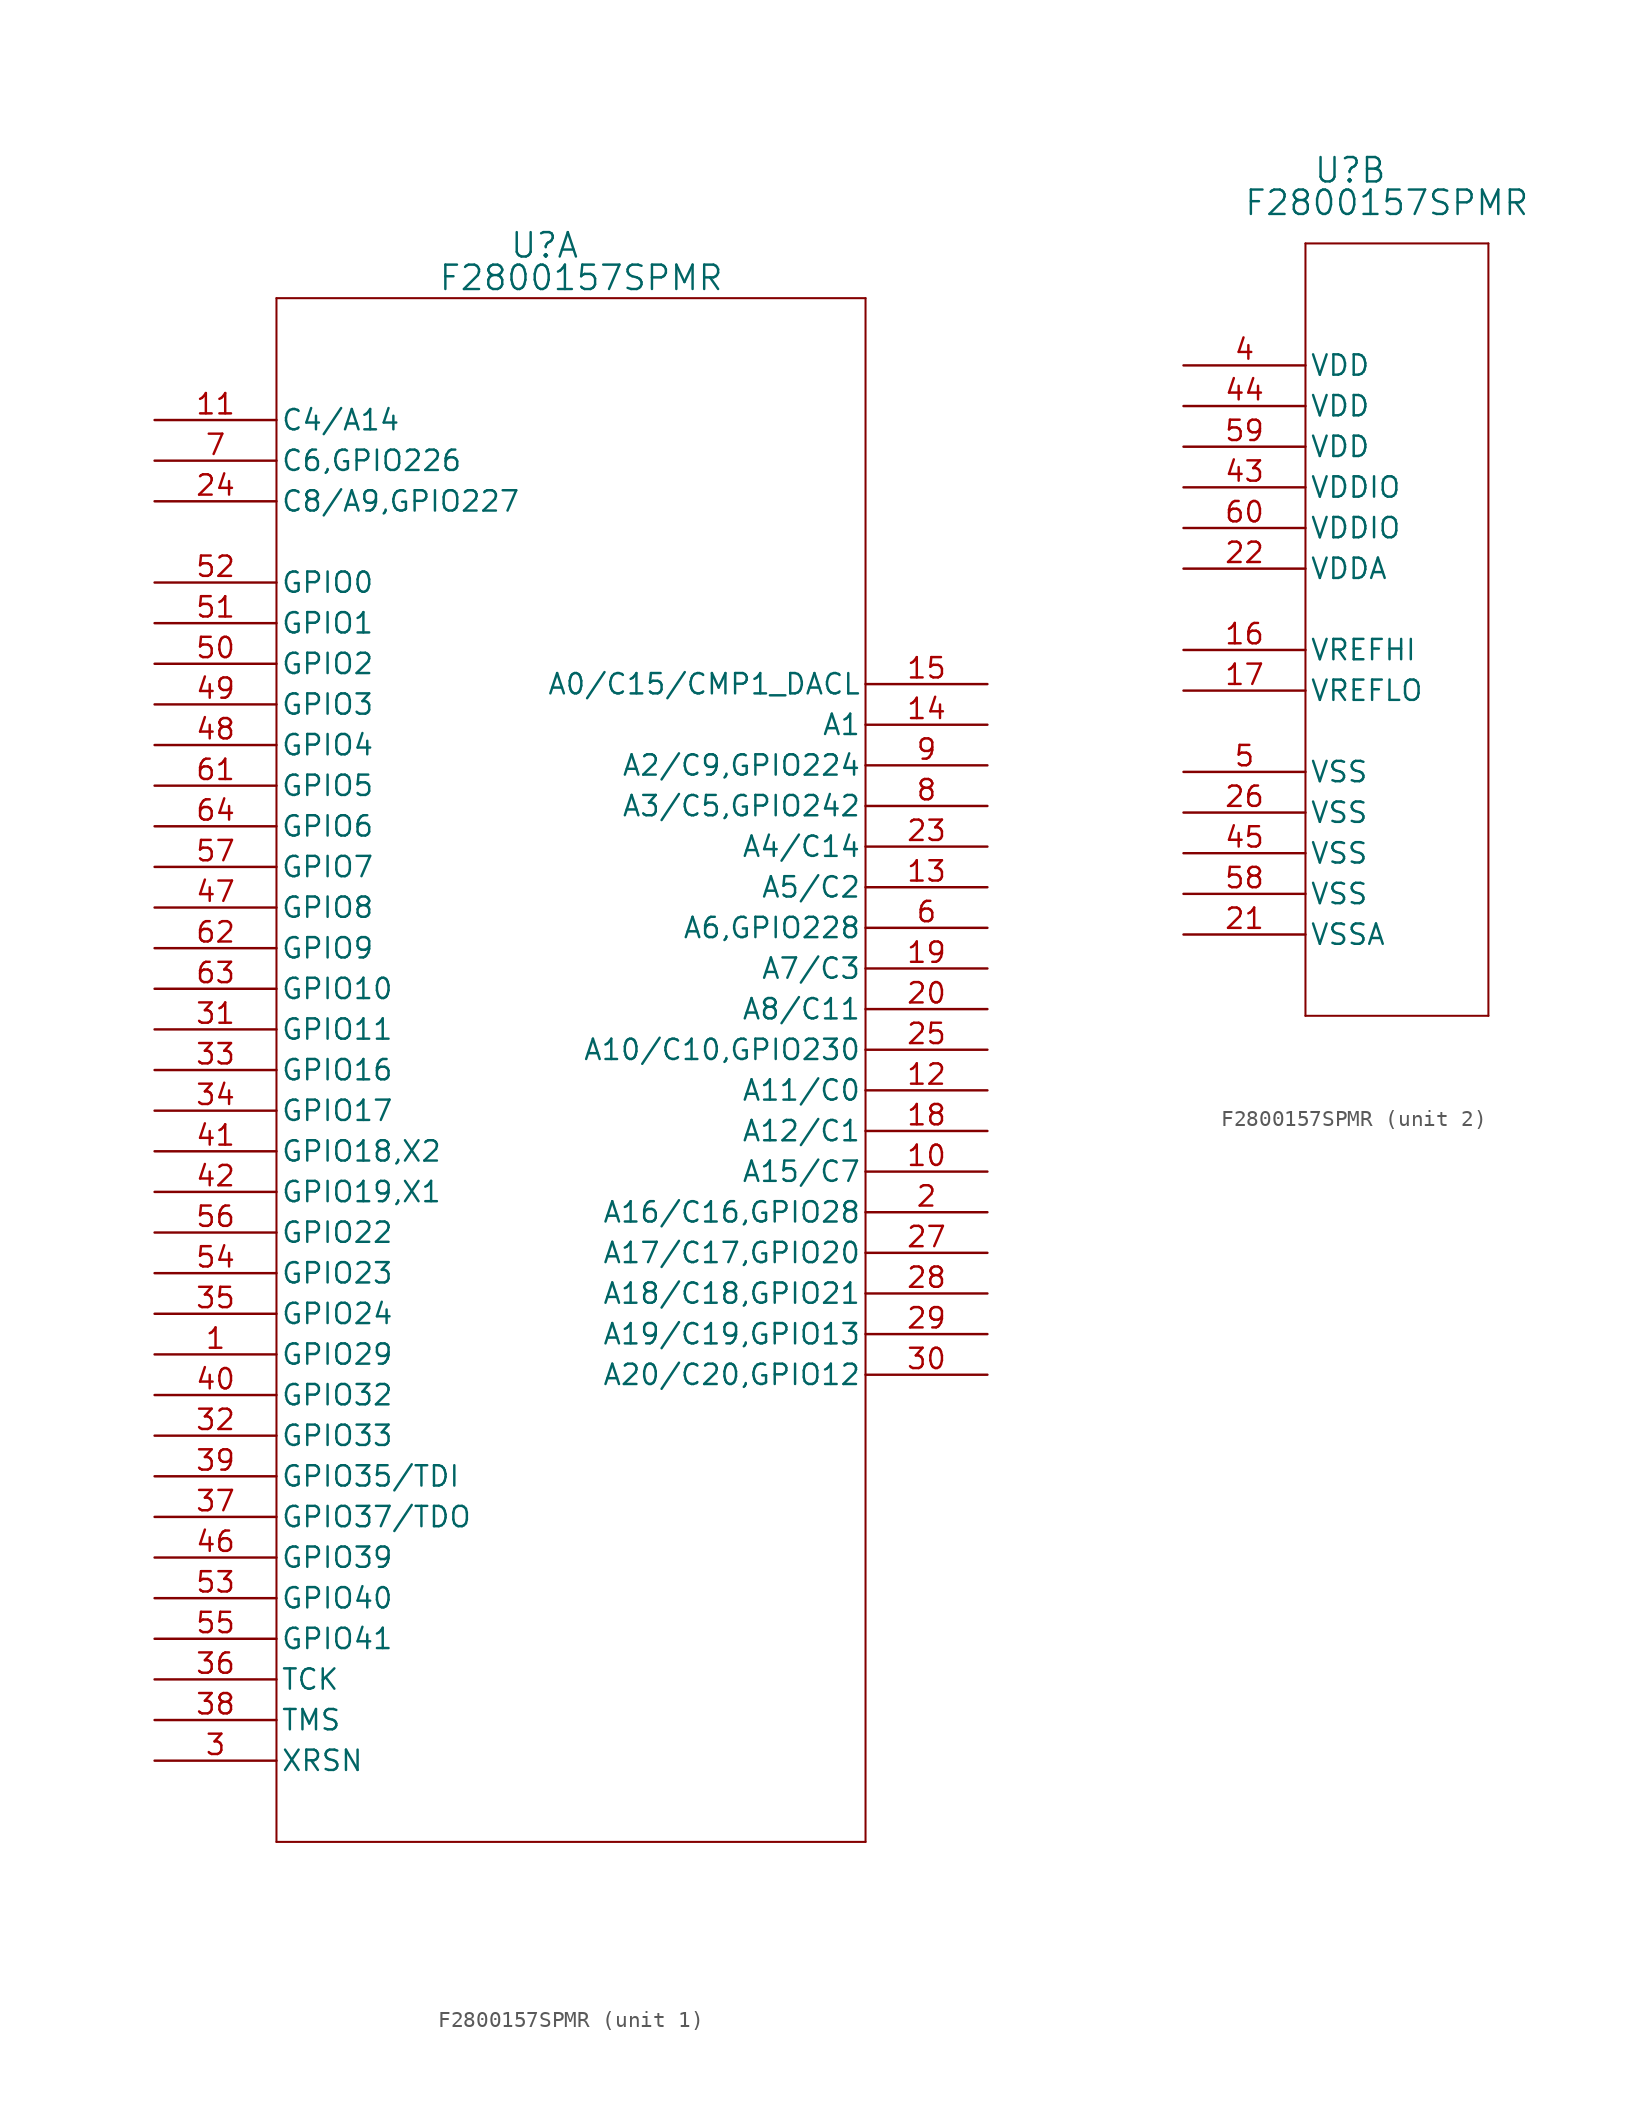
<source format=kicad_sym>
(kicad_symbol_lib
  (version 20241209)
  (generator "kicad_symbol_editor")
  (generator_version "9.0")
  (symbol "F2800157SPMR"
    (pin_names
      (offset 0.254))
    (property "Reference" "U"
      (at -2.286 17.272 0)
      (effects (font (size 1.524 1.524))))
    (property "Value" "F2800157SPMR"
      (at 0 15.24 0)
      (effects (font (size 1.524 1.524))))
    (property "ki_locked" ""
      (at 0 0 0)
      (effects (font (size 1.27 1.27))))
    (symbol "F2800157SPMR_1_1"
      (polyline (pts (xy -19.05 13.97) (xy -19.05 -82.55)) (stroke (width 0.127) (type default)) (fill (type none)))
      (polyline (pts (xy -19.05 -82.55) (xy 17.78 -82.55)) (stroke (width 0.127) (type default)) (fill (type none)))
      (polyline (pts (xy 17.78 13.97) (xy -19.05 13.97)) (stroke (width 0.127) (type default)) (fill (type none)))
      (polyline (pts (xy 17.78 -82.55) (xy 17.78 13.97)) (stroke (width 0.127) (type default)) (fill (type none)))
      (pin bidirectional line (at -26.67 6.35 0) (length 7.62) (name "C4/A14" (effects (font (size 1.27 1.27)))) (number "11" (effects (font (size 1.27 1.27)))))
      (pin bidirectional line (at -26.67 3.81 0) (length 7.62) (name "C6,GPIO226" (effects (font (size 1.27 1.27)))) (number "7" (effects (font (size 1.27 1.27)))))
      (pin bidirectional line (at -26.67 1.27 0) (length 7.62) (name "C8/A9,GPIO227" (effects (font (size 1.27 1.27)))) (number "24" (effects (font (size 1.27 1.27)))))
      (pin bidirectional line (at -26.67 -3.81 0) (length 7.62) (name "GPIO0" (effects (font (size 1.27 1.27)))) (number "52" (effects (font (size 1.27 1.27)))))
      (pin bidirectional line (at -26.67 -6.35 0) (length 7.62) (name "GPIO1" (effects (font (size 1.27 1.27)))) (number "51" (effects (font (size 1.27 1.27)))))
      (pin bidirectional line (at -26.67 -8.89 0) (length 7.62) (name "GPIO2" (effects (font (size 1.27 1.27)))) (number "50" (effects (font (size 1.27 1.27)))))
      (pin bidirectional line (at -26.67 -11.43 0) (length 7.62) (name "GPIO3" (effects (font (size 1.27 1.27)))) (number "49" (effects (font (size 1.27 1.27)))))
      (pin bidirectional line (at -26.67 -13.97 0) (length 7.62) (name "GPIO4" (effects (font (size 1.27 1.27)))) (number "48" (effects (font (size 1.27 1.27)))))
      (pin bidirectional line (at -26.67 -16.51 0) (length 7.62) (name "GPIO5" (effects (font (size 1.27 1.27)))) (number "61" (effects (font (size 1.27 1.27)))))
      (pin bidirectional line (at -26.67 -19.05 0) (length 7.62) (name "GPIO6" (effects (font (size 1.27 1.27)))) (number "64" (effects (font (size 1.27 1.27)))))
      (pin bidirectional line (at -26.67 -21.59 0) (length 7.62) (name "GPIO7" (effects (font (size 1.27 1.27)))) (number "57" (effects (font (size 1.27 1.27)))))
      (pin bidirectional line (at -26.67 -24.13 0) (length 7.62) (name "GPIO8" (effects (font (size 1.27 1.27)))) (number "47" (effects (font (size 1.27 1.27)))))
      (pin bidirectional line (at -26.67 -26.67 0) (length 7.62) (name "GPIO9" (effects (font (size 1.27 1.27)))) (number "62" (effects (font (size 1.27 1.27)))))
      (pin bidirectional line (at -26.67 -29.21 0) (length 7.62) (name "GPIO10" (effects (font (size 1.27 1.27)))) (number "63" (effects (font (size 1.27 1.27)))))
      (pin bidirectional line (at -26.67 -31.75 0) (length 7.62) (name "GPIO11" (effects (font (size 1.27 1.27)))) (number "31" (effects (font (size 1.27 1.27)))))
      (pin bidirectional line (at -26.67 -34.29 0) (length 7.62) (name "GPIO16" (effects (font (size 1.27 1.27)))) (number "33" (effects (font (size 1.27 1.27)))))
      (pin bidirectional line (at -26.67 -36.83 0) (length 7.62) (name "GPIO17" (effects (font (size 1.27 1.27)))) (number "34" (effects (font (size 1.27 1.27)))))
      (pin bidirectional line (at -26.67 -39.37 0) (length 7.62) (name "GPIO18,X2" (effects (font (size 1.27 1.27)))) (number "41" (effects (font (size 1.27 1.27)))))
      (pin bidirectional line (at -26.67 -41.91 0) (length 7.62) (name "GPIO19,X1" (effects (font (size 1.27 1.27)))) (number "42" (effects (font (size 1.27 1.27)))))
      (pin bidirectional line (at -26.67 -44.45 0) (length 7.62) (name "GPIO22" (effects (font (size 1.27 1.27)))) (number "56" (effects (font (size 1.27 1.27)))))
      (pin bidirectional line (at -26.67 -46.99 0) (length 7.62) (name "GPIO23" (effects (font (size 1.27 1.27)))) (number "54" (effects (font (size 1.27 1.27)))))
      (pin bidirectional line (at -26.67 -49.53 0) (length 7.62) (name "GPIO24" (effects (font (size 1.27 1.27)))) (number "35" (effects (font (size 1.27 1.27)))))
      (pin bidirectional line (at -26.67 -52.07 0) (length 7.62) (name "GPIO29" (effects (font (size 1.27 1.27)))) (number "1" (effects (font (size 1.27 1.27)))))
      (pin bidirectional line (at -26.67 -54.61 0) (length 7.62) (name "GPIO32" (effects (font (size 1.27 1.27)))) (number "40" (effects (font (size 1.27 1.27)))))
      (pin bidirectional line (at -26.67 -57.15 0) (length 7.62) (name "GPIO33" (effects (font (size 1.27 1.27)))) (number "32" (effects (font (size 1.27 1.27)))))
      (pin bidirectional line (at -26.67 -59.69 0) (length 7.62) (name "GPIO35/TDI" (effects (font (size 1.27 1.27)))) (number "39" (effects (font (size 1.27 1.27)))))
      (pin bidirectional line (at -26.67 -62.23 0) (length 7.62) (name "GPIO37/TDO" (effects (font (size 1.27 1.27)))) (number "37" (effects (font (size 1.27 1.27)))))
      (pin bidirectional line (at -26.67 -64.77 0) (length 7.62) (name "GPIO39" (effects (font (size 1.27 1.27)))) (number "46" (effects (font (size 1.27 1.27)))))
      (pin bidirectional line (at -26.67 -67.31 0) (length 7.62) (name "GPIO40" (effects (font (size 1.27 1.27)))) (number "53" (effects (font (size 1.27 1.27)))))
      (pin bidirectional line (at -26.67 -69.85 0) (length 7.62) (name "GPIO41" (effects (font (size 1.27 1.27)))) (number "55" (effects (font (size 1.27 1.27)))))
      (pin unspecified line (at -26.67 -72.39 0) (length 7.62) (name "TCK" (effects (font (size 1.27 1.27)))) (number "36" (effects (font (size 1.27 1.27)))))
      (pin unspecified line (at -26.67 -74.93 0) (length 7.62) (name "TMS" (effects (font (size 1.27 1.27)))) (number "38" (effects (font (size 1.27 1.27)))))
      (pin unspecified line (at -26.67 -77.47 0) (length 7.62) (name "XRSN" (effects (font (size 1.27 1.27)))) (number "3" (effects (font (size 1.27 1.27)))))
      (pin bidirectional line (at 25.4 -10.16 180) (length 7.62) (name "A0/C15/CMP1_DACL" (effects (font (size 1.27 1.27)))) (number "15" (effects (font (size 1.27 1.27)))))
      (pin bidirectional line (at 25.4 -12.7 180) (length 7.62) (name "A1" (effects (font (size 1.27 1.27)))) (number "14" (effects (font (size 1.27 1.27)))))
      (pin bidirectional line (at 25.4 -15.24 180) (length 7.62) (name "A2/C9,GPIO224" (effects (font (size 1.27 1.27)))) (number "9" (effects (font (size 1.27 1.27)))))
      (pin bidirectional line (at 25.4 -17.78 180) (length 7.62) (name "A3/C5,GPIO242" (effects (font (size 1.27 1.27)))) (number "8" (effects (font (size 1.27 1.27)))))
      (pin bidirectional line (at 25.4 -20.32 180) (length 7.62) (name "A4/C14" (effects (font (size 1.27 1.27)))) (number "23" (effects (font (size 1.27 1.27)))))
      (pin bidirectional line (at 25.4 -22.86 180) (length 7.62) (name "A5/C2" (effects (font (size 1.27 1.27)))) (number "13" (effects (font (size 1.27 1.27)))))
      (pin bidirectional line (at 25.4 -25.4 180) (length 7.62) (name "A6,GPIO228" (effects (font (size 1.27 1.27)))) (number "6" (effects (font (size 1.27 1.27)))))
      (pin bidirectional line (at 25.4 -27.94 180) (length 7.62) (name "A7/C3" (effects (font (size 1.27 1.27)))) (number "19" (effects (font (size 1.27 1.27)))))
      (pin bidirectional line (at 25.4 -30.48 180) (length 7.62) (name "A8/C11" (effects (font (size 1.27 1.27)))) (number "20" (effects (font (size 1.27 1.27)))))
      (pin bidirectional line (at 25.4 -33.02 180) (length 7.62) (name "A10/C10,GPIO230" (effects (font (size 1.27 1.27)))) (number "25" (effects (font (size 1.27 1.27)))))
      (pin bidirectional line (at 25.4 -35.56 180) (length 7.62) (name "A11/C0" (effects (font (size 1.27 1.27)))) (number "12" (effects (font (size 1.27 1.27)))))
      (pin bidirectional line (at 25.4 -38.1 180) (length 7.62) (name "A12/C1" (effects (font (size 1.27 1.27)))) (number "18" (effects (font (size 1.27 1.27)))))
      (pin bidirectional line (at 25.4 -40.64 180) (length 7.62) (name "A15/C7" (effects (font (size 1.27 1.27)))) (number "10" (effects (font (size 1.27 1.27)))))
      (pin bidirectional line (at 25.4 -43.18 180) (length 7.62) (name "A16/C16,GPIO28" (effects (font (size 1.27 1.27)))) (number "2" (effects (font (size 1.27 1.27)))))
      (pin bidirectional line (at 25.4 -45.72 180) (length 7.62) (name "A17/C17,GPIO20" (effects (font (size 1.27 1.27)))) (number "27" (effects (font (size 1.27 1.27)))))
      (pin bidirectional line (at 25.4 -48.26 180) (length 7.62) (name "A18/C18,GPIO21" (effects (font (size 1.27 1.27)))) (number "28" (effects (font (size 1.27 1.27)))))
      (pin bidirectional line (at 25.4 -50.8 180) (length 7.62) (name "A19/C19,GPIO13" (effects (font (size 1.27 1.27)))) (number "29" (effects (font (size 1.27 1.27)))))
      (pin bidirectional line (at 25.4 -53.34 180) (length 7.62) (name "A20/C20,GPIO12" (effects (font (size 1.27 1.27)))) (number "30" (effects (font (size 1.27 1.27))))))
    (symbol "F2800157SPMR_2_1"
      (polyline (pts (xy -5.08 12.7) (xy -5.08 -35.56)) (stroke (width 0.127) (type default)) (fill (type none)))
      (polyline (pts (xy -5.08 -35.56) (xy 6.35 -35.56)) (stroke (width 0.127) (type default)) (fill (type none)))
      (polyline (pts (xy 6.35 12.7) (xy -5.08 12.7)) (stroke (width 0.127) (type default)) (fill (type none)))
      (polyline (pts (xy 6.35 -35.56) (xy 6.35 12.7)) (stroke (width 0.127) (type default)) (fill (type none)))
      (pin power_in line (at -12.7 5.08 0) (length 7.62) (name "VDD" (effects (font (size 1.27 1.27)))) (number "4" (effects (font (size 1.27 1.27)))))
      (pin power_in line (at -12.7 2.54 0) (length 7.62) (name "VDD" (effects (font (size 1.27 1.27)))) (number "44" (effects (font (size 1.27 1.27)))))
      (pin power_in line (at -12.7 0 0) (length 7.62) (name "VDD" (effects (font (size 1.27 1.27)))) (number "59" (effects (font (size 1.27 1.27)))))
      (pin power_in line (at -12.7 -2.54 0) (length 7.62) (name "VDDIO" (effects (font (size 1.27 1.27)))) (number "43" (effects (font (size 1.27 1.27)))))
      (pin power_in line (at -12.7 -5.08 0) (length 7.62) (name "VDDIO" (effects (font (size 1.27 1.27)))) (number "60" (effects (font (size 1.27 1.27)))))
      (pin power_in line (at -12.7 -7.62 0) (length 7.62) (name "VDDA" (effects (font (size 1.27 1.27)))) (number "22" (effects (font (size 1.27 1.27)))))
      (pin power_in line (at -12.7 -12.7 0) (length 7.62) (name "VREFHI" (effects (font (size 1.27 1.27)))) (number "16" (effects (font (size 1.27 1.27)))))
      (pin power_in line (at -12.7 -15.24 0) (length 7.62) (name "VREFLO" (effects (font (size 1.27 1.27)))) (number "17" (effects (font (size 1.27 1.27)))))
      (pin power_out line (at -12.7 -20.32 0) (length 7.62) (name "VSS" (effects (font (size 1.27 1.27)))) (number "5" (effects (font (size 1.27 1.27)))))
      (pin power_out line (at -12.7 -22.86 0) (length 7.62) (name "VSS" (effects (font (size 1.27 1.27)))) (number "26" (effects (font (size 1.27 1.27)))))
      (pin power_out line (at -12.7 -25.4 0) (length 7.62) (name "VSS" (effects (font (size 1.27 1.27)))) (number "45" (effects (font (size 1.27 1.27)))))
      (pin power_out line (at -12.7 -27.94 0) (length 7.62) (name "VSS" (effects (font (size 1.27 1.27)))) (number "58" (effects (font (size 1.27 1.27)))))
      (pin power_out line (at -12.7 -30.48 0) (length 7.62) (name "VSSA" (effects (font (size 1.27 1.27)))) (number "21" (effects (font (size 1.27 1.27))))))))
</source>
